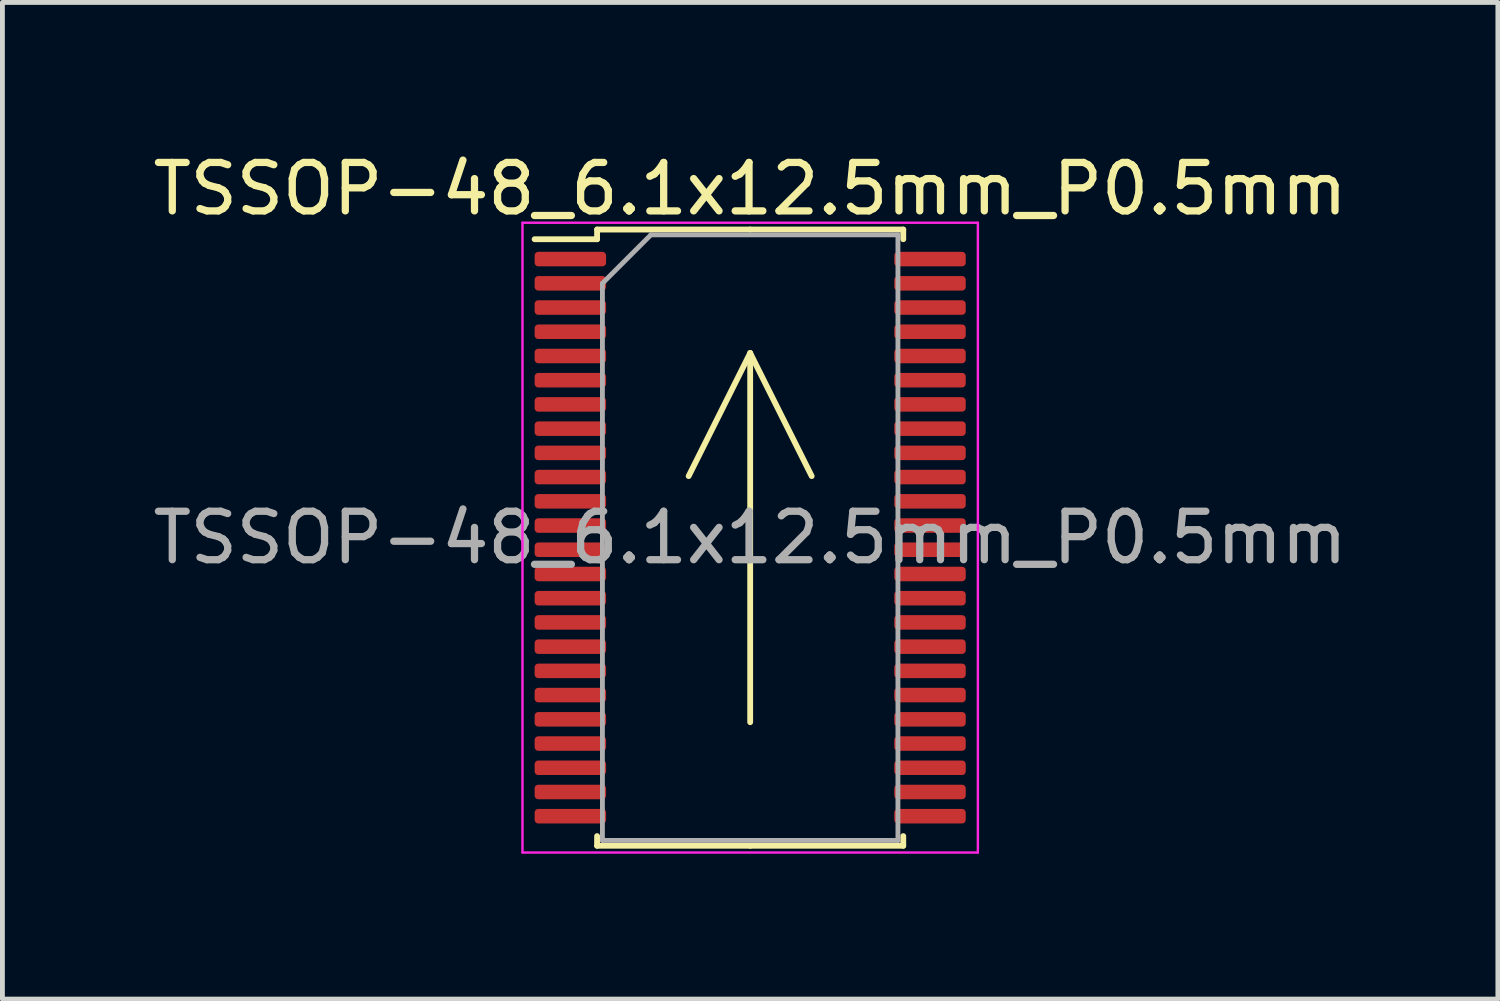
<source format=kicad_pcb>
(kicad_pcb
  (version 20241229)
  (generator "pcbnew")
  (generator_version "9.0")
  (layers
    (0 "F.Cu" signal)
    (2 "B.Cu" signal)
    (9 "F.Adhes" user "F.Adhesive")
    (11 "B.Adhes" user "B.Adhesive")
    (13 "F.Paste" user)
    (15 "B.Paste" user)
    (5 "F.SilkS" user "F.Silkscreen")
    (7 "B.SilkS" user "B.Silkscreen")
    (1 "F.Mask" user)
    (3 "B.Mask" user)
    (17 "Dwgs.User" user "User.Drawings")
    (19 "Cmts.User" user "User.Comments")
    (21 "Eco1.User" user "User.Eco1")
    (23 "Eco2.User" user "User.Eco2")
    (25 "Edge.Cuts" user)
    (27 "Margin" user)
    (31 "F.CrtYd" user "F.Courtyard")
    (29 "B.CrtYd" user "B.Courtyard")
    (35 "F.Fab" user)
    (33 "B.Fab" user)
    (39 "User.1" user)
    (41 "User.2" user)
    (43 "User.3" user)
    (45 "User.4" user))
  (footprint "TSSOP-48_6.1x12.5mm_P0.5mm"
    (layer "F.Cu")
    (at 12.435 8.048)
    (property "Reference" "TSSOP-48_6.1x12.5mm_P0.5mm" (at 0 -7.2 0) (layer "F.SilkS") (effects (font (size 1 1) (thickness 0.15))))
    (attr smd)
    (fp_line (start -3.16 -6.36) (end -3.16 -6.16) (stroke (width 0.12) (type solid)) (layer "F.SilkS"))
    (fp_line (start -3.16 -6.16) (end -4.45 -6.16) (stroke (width 0.12) (type solid)) (layer "F.SilkS"))
    (fp_line (start -3.16 6.36) (end -3.16 6.16) (stroke (width 0.12) (type solid)) (layer "F.SilkS"))
    (fp_line (start -1.27 -1.27) (end 0 -3.81) (stroke (width 0.12) (type default)) (layer "F.SilkS"))
    (fp_line (start 0 -6.36) (end -3.16 -6.36) (stroke (width 0.12) (type solid)) (layer "F.SilkS"))
    (fp_line (start 0 -6.36) (end 3.16 -6.36) (stroke (width 0.12) (type solid)) (layer "F.SilkS"))
    (fp_line (start 0 -3.81) (end 0 3.81) (stroke (width 0.12) (type default)) (layer "F.SilkS"))
    (fp_line (start 0 -3.81) (end 1.27 -1.27) (stroke (width 0.12) (type default)) (layer "F.SilkS"))
    (fp_line (start 0 6.36) (end -3.16 6.36) (stroke (width 0.12) (type solid)) (layer "F.SilkS"))
    (fp_line (start 0 6.36) (end 3.16 6.36) (stroke (width 0.12) (type solid)) (layer "F.SilkS"))
    (fp_line (start 3.16 -6.36) (end 3.16 -6.16) (stroke (width 0.12) (type solid)) (layer "F.SilkS"))
    (fp_line (start 3.16 6.36) (end 3.16 6.16) (stroke (width 0.12) (type solid)) (layer "F.SilkS"))
    (fp_line (start -4.7 -6.5) (end -4.7 6.5) (stroke (width 0.05) (type solid)) (layer "F.CrtYd"))
    (fp_line (start -4.7 6.5) (end 4.7 6.5) (stroke (width 0.05) (type solid)) (layer "F.CrtYd"))
    (fp_line (start 4.7 -6.5) (end -4.7 -6.5) (stroke (width 0.05) (type solid)) (layer "F.CrtYd"))
    (fp_line (start 4.7 6.5) (end 4.7 -6.5) (stroke (width 0.05) (type solid)) (layer "F.CrtYd"))
    (fp_line (start -3.05 -5.25) (end -2.05 -6.25) (stroke (width 0.1) (type solid)) (layer "F.Fab"))
    (fp_line (start -3.05 6.25) (end -3.05 -5.25) (stroke (width 0.1) (type solid)) (layer "F.Fab"))
    (fp_line (start -2.05 -6.25) (end 3.05 -6.25) (stroke (width 0.1) (type solid)) (layer "F.Fab"))
    (fp_line (start 3.05 -6.25) (end 3.05 6.25) (stroke (width 0.1) (type solid)) (layer "F.Fab"))
    (fp_line (start 3.05 6.25) (end -3.05 6.25) (stroke (width 0.1) (type solid)) (layer "F.Fab"))
    (fp_text user "${REFERENCE}" (at 0 0 0) (layer "F.Fab") (effects (font (size 1 1) (thickness 0.15))))
    (pad "1" smd roundrect (at -3.712 -5.75) (size 1.475 0.3) (layers "F.Cu" "F.Mask" "F.Paste") (roundrect_rratio 0.25))
    (pad "2" smd roundrect (at -3.712 -5.25) (size 1.475 0.3) (layers "F.Cu" "F.Mask" "F.Paste") (roundrect_rratio 0.25))
    (pad "3" smd roundrect (at -3.712 -4.75) (size 1.475 0.3) (layers "F.Cu" "F.Mask" "F.Paste") (roundrect_rratio 0.25))
    (pad "4" smd roundrect (at -3.712 -4.25) (size 1.475 0.3) (layers "F.Cu" "F.Mask" "F.Paste") (roundrect_rratio 0.25))
    (pad "5" smd roundrect (at -3.712 -3.75) (size 1.475 0.3) (layers "F.Cu" "F.Mask" "F.Paste") (roundrect_rratio 0.25))
    (pad "6" smd roundrect (at -3.712 -3.25) (size 1.475 0.3) (layers "F.Cu" "F.Mask" "F.Paste") (roundrect_rratio 0.25))
    (pad "7" smd roundrect (at -3.712 -2.75) (size 1.475 0.3) (layers "F.Cu" "F.Mask" "F.Paste") (roundrect_rratio 0.25))
    (pad "8" smd roundrect (at -3.712 -2.25) (size 1.475 0.3) (layers "F.Cu" "F.Mask" "F.Paste") (roundrect_rratio 0.25))
    (pad "9" smd roundrect (at -3.712 -1.75) (size 1.475 0.3) (layers "F.Cu" "F.Mask" "F.Paste") (roundrect_rratio 0.25))
    (pad "10" smd roundrect (at -3.712 -1.25) (size 1.475 0.3) (layers "F.Cu" "F.Mask" "F.Paste") (roundrect_rratio 0.25))
    (pad "11" smd roundrect (at -3.712 -0.75) (size 1.475 0.3) (layers "F.Cu" "F.Mask" "F.Paste") (roundrect_rratio 0.25))
    (pad "12" smd roundrect (at -3.712 -0.25) (size 1.475 0.3) (layers "F.Cu" "F.Mask" "F.Paste") (roundrect_rratio 0.25))
    (pad "13" smd roundrect (at -3.712 0.25) (size 1.475 0.3) (layers "F.Cu" "F.Mask" "F.Paste") (roundrect_rratio 0.25))
    (pad "14" smd roundrect (at -3.712 0.75) (size 1.475 0.3) (layers "F.Cu" "F.Mask" "F.Paste") (roundrect_rratio 0.25))
    (pad "15" smd roundrect (at -3.712 1.25) (size 1.475 0.3) (layers "F.Cu" "F.Mask" "F.Paste") (roundrect_rratio 0.25))
    (pad "16" smd roundrect (at -3.712 1.75) (size 1.475 0.3) (layers "F.Cu" "F.Mask" "F.Paste") (roundrect_rratio 0.25))
    (pad "17" smd roundrect (at -3.712 2.25) (size 1.475 0.3) (layers "F.Cu" "F.Mask" "F.Paste") (roundrect_rratio 0.25))
    (pad "18" smd roundrect (at -3.712 2.75) (size 1.475 0.3) (layers "F.Cu" "F.Mask" "F.Paste") (roundrect_rratio 0.25))
    (pad "19" smd roundrect (at -3.712 3.25) (size 1.475 0.3) (layers "F.Cu" "F.Mask" "F.Paste") (roundrect_rratio 0.25))
    (pad "20" smd roundrect (at -3.712 3.75) (size 1.475 0.3) (layers "F.Cu" "F.Mask" "F.Paste") (roundrect_rratio 0.25))
    (pad "21" smd roundrect (at -3.712 4.25) (size 1.475 0.3) (layers "F.Cu" "F.Mask" "F.Paste") (roundrect_rratio 0.25))
    (pad "22" smd roundrect (at -3.712 4.75) (size 1.475 0.3) (layers "F.Cu" "F.Mask" "F.Paste") (roundrect_rratio 0.25))
    (pad "23" smd roundrect (at -3.712 5.25) (size 1.475 0.3) (layers "F.Cu" "F.Mask" "F.Paste") (roundrect_rratio 0.25))
    (pad "24" smd roundrect (at -3.712 5.75) (size 1.475 0.3) (layers "F.Cu" "F.Mask" "F.Paste") (roundrect_rratio 0.25))
    (pad "25" smd roundrect (at 3.712 5.75) (size 1.475 0.3) (layers "F.Cu" "F.Mask" "F.Paste") (roundrect_rratio 0.25))
    (pad "26" smd roundrect (at 3.712 5.25) (size 1.475 0.3) (layers "F.Cu" "F.Mask" "F.Paste") (roundrect_rratio 0.25))
    (pad "27" smd roundrect (at 3.712 4.75) (size 1.475 0.3) (layers "F.Cu" "F.Mask" "F.Paste") (roundrect_rratio 0.25))
    (pad "28" smd roundrect (at 3.712 4.25) (size 1.475 0.3) (layers "F.Cu" "F.Mask" "F.Paste") (roundrect_rratio 0.25))
    (pad "29" smd roundrect (at 3.712 3.75) (size 1.475 0.3) (layers "F.Cu" "F.Mask" "F.Paste") (roundrect_rratio 0.25))
    (pad "30" smd roundrect (at 3.712 3.25) (size 1.475 0.3) (layers "F.Cu" "F.Mask" "F.Paste") (roundrect_rratio 0.25))
    (pad "31" smd roundrect (at 3.712 2.75) (size 1.475 0.3) (layers "F.Cu" "F.Mask" "F.Paste") (roundrect_rratio 0.25))
    (pad "32" smd roundrect (at 3.712 2.25) (size 1.475 0.3) (layers "F.Cu" "F.Mask" "F.Paste") (roundrect_rratio 0.25))
    (pad "33" smd roundrect (at 3.712 1.75) (size 1.475 0.3) (layers "F.Cu" "F.Mask" "F.Paste") (roundrect_rratio 0.25))
    (pad "34" smd roundrect (at 3.712 1.25) (size 1.475 0.3) (layers "F.Cu" "F.Mask" "F.Paste") (roundrect_rratio 0.25))
    (pad "35" smd roundrect (at 3.712 0.75) (size 1.475 0.3) (layers "F.Cu" "F.Mask" "F.Paste") (roundrect_rratio 0.25))
    (pad "36" smd roundrect (at 3.712 0.25) (size 1.475 0.3) (layers "F.Cu" "F.Mask" "F.Paste") (roundrect_rratio 0.25))
    (pad "37" smd roundrect (at 3.712 -0.25) (size 1.475 0.3) (layers "F.Cu" "F.Mask" "F.Paste") (roundrect_rratio 0.25))
    (pad "38" smd roundrect (at 3.712 -0.75) (size 1.475 0.3) (layers "F.Cu" "F.Mask" "F.Paste") (roundrect_rratio 0.25))
    (pad "39" smd roundrect (at 3.712 -1.25) (size 1.475 0.3) (layers "F.Cu" "F.Mask" "F.Paste") (roundrect_rratio 0.25))
    (pad "40" smd roundrect (at 3.712 -1.75) (size 1.475 0.3) (layers "F.Cu" "F.Mask" "F.Paste") (roundrect_rratio 0.25))
    (pad "41" smd roundrect (at 3.712 -2.25) (size 1.475 0.3) (layers "F.Cu" "F.Mask" "F.Paste") (roundrect_rratio 0.25))
    (pad "42" smd roundrect (at 3.712 -2.75) (size 1.475 0.3) (layers "F.Cu" "F.Mask" "F.Paste") (roundrect_rratio 0.25))
    (pad "43" smd roundrect (at 3.712 -3.25) (size 1.475 0.3) (layers "F.Cu" "F.Mask" "F.Paste") (roundrect_rratio 0.25))
    (pad "44" smd roundrect (at 3.712 -3.75) (size 1.475 0.3) (layers "F.Cu" "F.Mask" "F.Paste") (roundrect_rratio 0.25))
    (pad "45" smd roundrect (at 3.712 -4.25) (size 1.475 0.3) (layers "F.Cu" "F.Mask" "F.Paste") (roundrect_rratio 0.25))
    (pad "46" smd roundrect (at 3.712 -4.75) (size 1.475 0.3) (layers "F.Cu" "F.Mask" "F.Paste") (roundrect_rratio 0.25))
    (pad "47" smd roundrect (at 3.712 -5.25) (size 1.475 0.3) (layers "F.Cu" "F.Mask" "F.Paste") (roundrect_rratio 0.25))
    (pad "48" smd roundrect (at 3.712 -5.75) (size 1.475 0.3) (layers "F.Cu" "F.Mask" "F.Paste") (roundrect_rratio 0.25)))
  (gr_rect
    (start -3 -3)
    (end 27.869 17.573)
    (stroke (width 0.1) (type default))
    (fill no)
    (layer "Edge.Cuts")))
</source>
